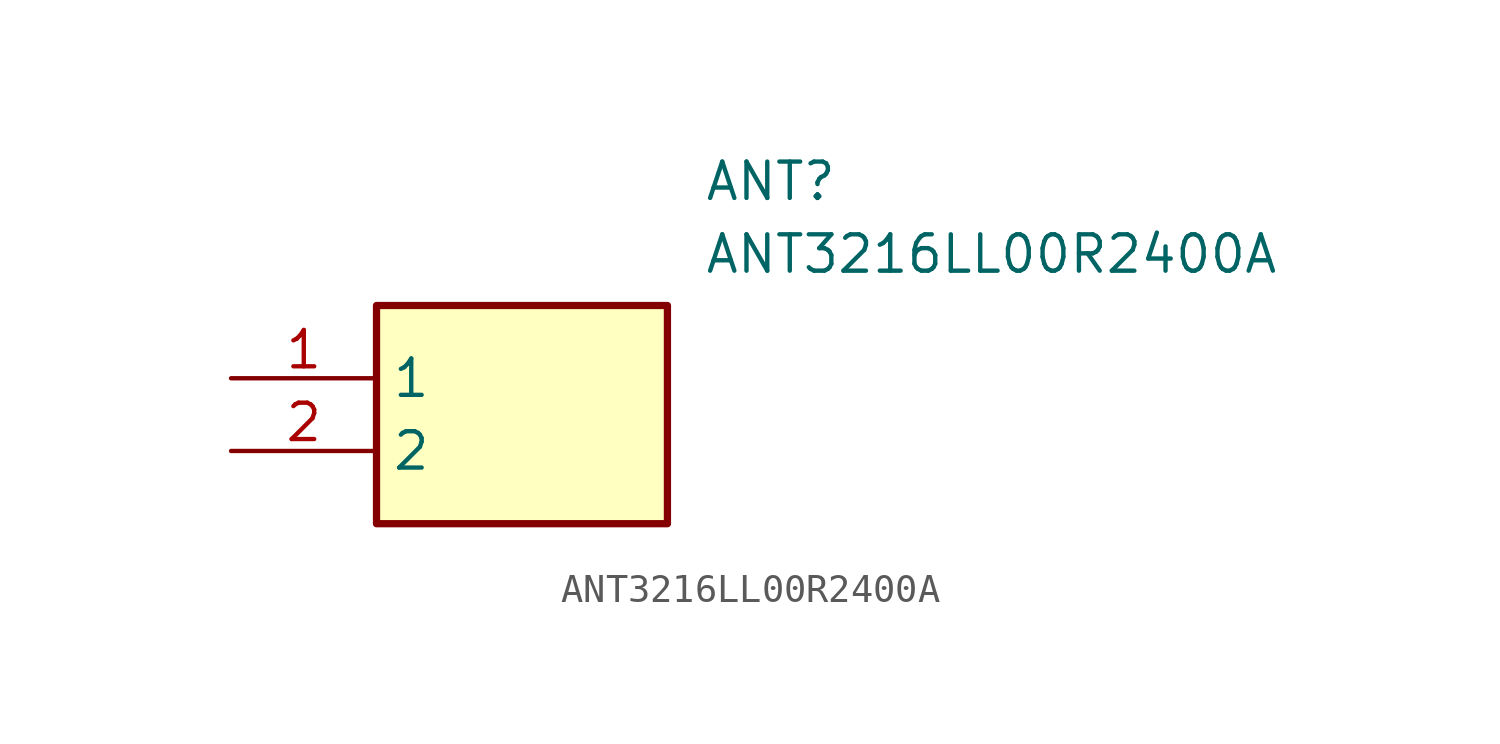
<source format=kicad_sym>
(kicad_symbol_lib
  (version 20211014)
  (generator SamacSys_ECAD_Model)
  (symbol "ANT3216LL00R2400A"
    (property "Reference" "ANT"
      (at 16.51 7.62 0)
      (effects (font (size 1.27 1.27)) (justify left top)))
    (property "Value" "ANT3216LL00R2400A"
      (at 16.51 5.08 0)
      (effects (font (size 1.27 1.27)) (justify left top)))
    (rectangle
      (start 5.08 2.54)
      (end 15.24 -5.08)
      (stroke (width 0.254) (type default))
      (fill (type background)))
    (pin passive line
      (at 0 0 0)
      (length 5.08)
      (name "1" (effects (font (size 1.27 1.27))))
      (number "1" (effects (font (size 1.27 1.27)))))
    (pin passive line
      (at 0 -2.54 0)
      (length 5.08)
      (name "2" (effects (font (size 1.27 1.27))))
      (number "2" (effects (font (size 1.27 1.27)))))))
</source>
